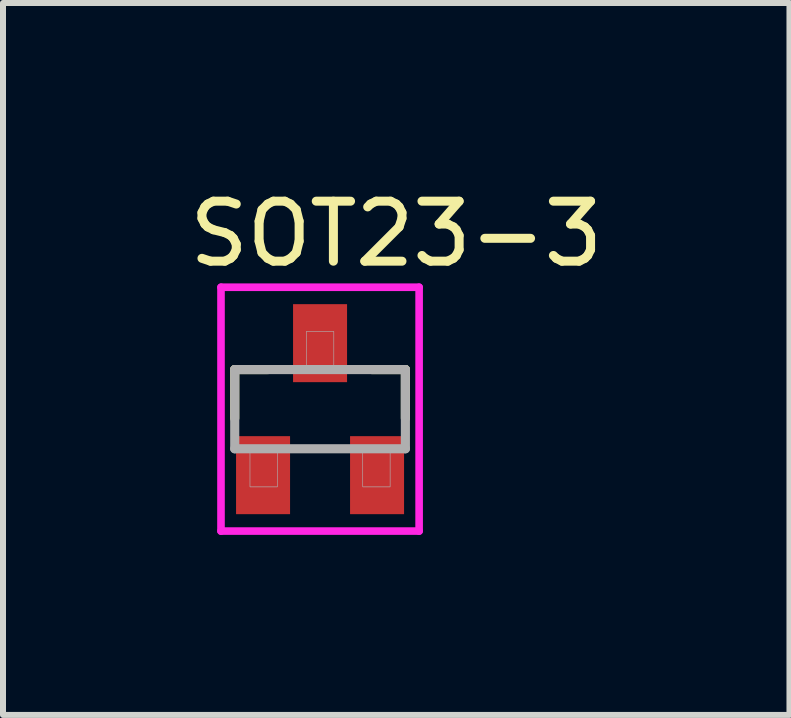
<source format=kicad_pcb>
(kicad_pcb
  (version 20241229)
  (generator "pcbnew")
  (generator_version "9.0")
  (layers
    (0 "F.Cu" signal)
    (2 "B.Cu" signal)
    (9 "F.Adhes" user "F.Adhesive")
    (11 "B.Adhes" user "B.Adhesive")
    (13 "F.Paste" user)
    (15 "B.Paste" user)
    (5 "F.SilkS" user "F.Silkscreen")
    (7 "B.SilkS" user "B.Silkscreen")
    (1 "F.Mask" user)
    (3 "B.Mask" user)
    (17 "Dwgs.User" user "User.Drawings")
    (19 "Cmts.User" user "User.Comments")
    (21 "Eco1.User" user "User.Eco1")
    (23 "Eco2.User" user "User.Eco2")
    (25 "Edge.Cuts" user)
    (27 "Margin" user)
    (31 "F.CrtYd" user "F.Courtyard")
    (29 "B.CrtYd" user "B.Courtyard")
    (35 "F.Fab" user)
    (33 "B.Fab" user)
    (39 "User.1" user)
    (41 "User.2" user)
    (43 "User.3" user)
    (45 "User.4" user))
  (footprint "SOT23-3"
    (layer "F.Cu")
    (at 2.284 3.769)
    (property "Reference" "SOT23-3" (at 1.27 -2.921 0) (layer "F.SilkS") (effects (font (size 1 1) (thickness 0.15))))
    (attr through_hole)
    (fp_line (start -1.422 -0.66) (end -0.864 -0.66) (stroke (width 0.152) (type solid)) (layer "F.SilkS"))
    (fp_line (start -1.422 0.152) (end -1.422 -0.66) (stroke (width 0.152) (type solid)) (layer "F.SilkS"))
    (fp_line (start 0.864 -0.66) (end 1.422 -0.66) (stroke (width 0.152) (type solid)) (layer "F.SilkS"))
    (fp_line (start 1.422 -0.66) (end 1.422 0.152) (stroke (width 0.152) (type solid)) (layer "F.SilkS"))
    (fp_line (start -1.651 -2.032) (end 1.651 -2.032) (stroke (width 0.127) (type solid)) (layer "F.CrtYd"))
    (fp_line (start -1.651 2.032) (end -1.651 -2.032) (stroke (width 0.127) (type solid)) (layer "F.CrtYd"))
    (fp_line (start 1.651 -2.032) (end 1.651 2.032) (stroke (width 0.127) (type solid)) (layer "F.CrtYd"))
    (fp_line (start 1.651 2.032) (end -1.651 2.032) (stroke (width 0.127) (type solid)) (layer "F.CrtYd"))
    (fp_line (start -1.422 -0.66) (end 1.422 -0.66) (stroke (width 0.152) (type solid)) (layer "F.Fab"))
    (fp_line (start -1.422 0.66) (end -1.422 -0.66) (stroke (width 0.152) (type solid)) (layer "F.Fab"))
    (fp_line (start 1.422 -0.66) (end 1.422 0.66) (stroke (width 0.152) (type solid)) (layer "F.Fab"))
    (fp_line (start 1.422 0.66) (end -1.422 0.66) (stroke (width 0.152) (type solid)) (layer "F.Fab"))
    (fp_poly (pts (xy -1.168 0.711) (xy -0.711 0.711) (xy -0.711 1.295) (xy -1.168 1.295)) (stroke (width 0.01) (type solid)) (fill no) (layer "F.Fab"))
    (fp_poly (pts (xy -0.229 -1.295) (xy 0.229 -1.295) (xy 0.229 -0.711) (xy -0.229 -0.711)) (stroke (width 0.01) (type solid)) (fill no) (layer "F.Fab"))
    (fp_poly (pts (xy 0.711 0.711) (xy 1.168 0.711) (xy 1.168 1.295) (xy 0.711 1.295)) (stroke (width 0.01) (type solid)) (fill no) (layer "F.Fab"))
    (pad "1" smd rect (at -0.95 1.1) (size 0.9 1.3) (layers "F.Cu" "F.Mask" "F.Paste"))
    (pad "2" smd rect (at 0.95 1.1) (size 0.9 1.3) (layers "F.Cu" "F.Mask" "F.Paste"))
    (pad "3" smd rect (at 0 -1.1) (size 0.9 1.3) (layers "F.Cu" "F.Mask" "F.Paste")))
  (gr_rect
    (start -3 -3)
    (end 10.107 8.865)
    (stroke (width 0.1) (type default))
    (fill no)
    (layer "Edge.Cuts")))
</source>
